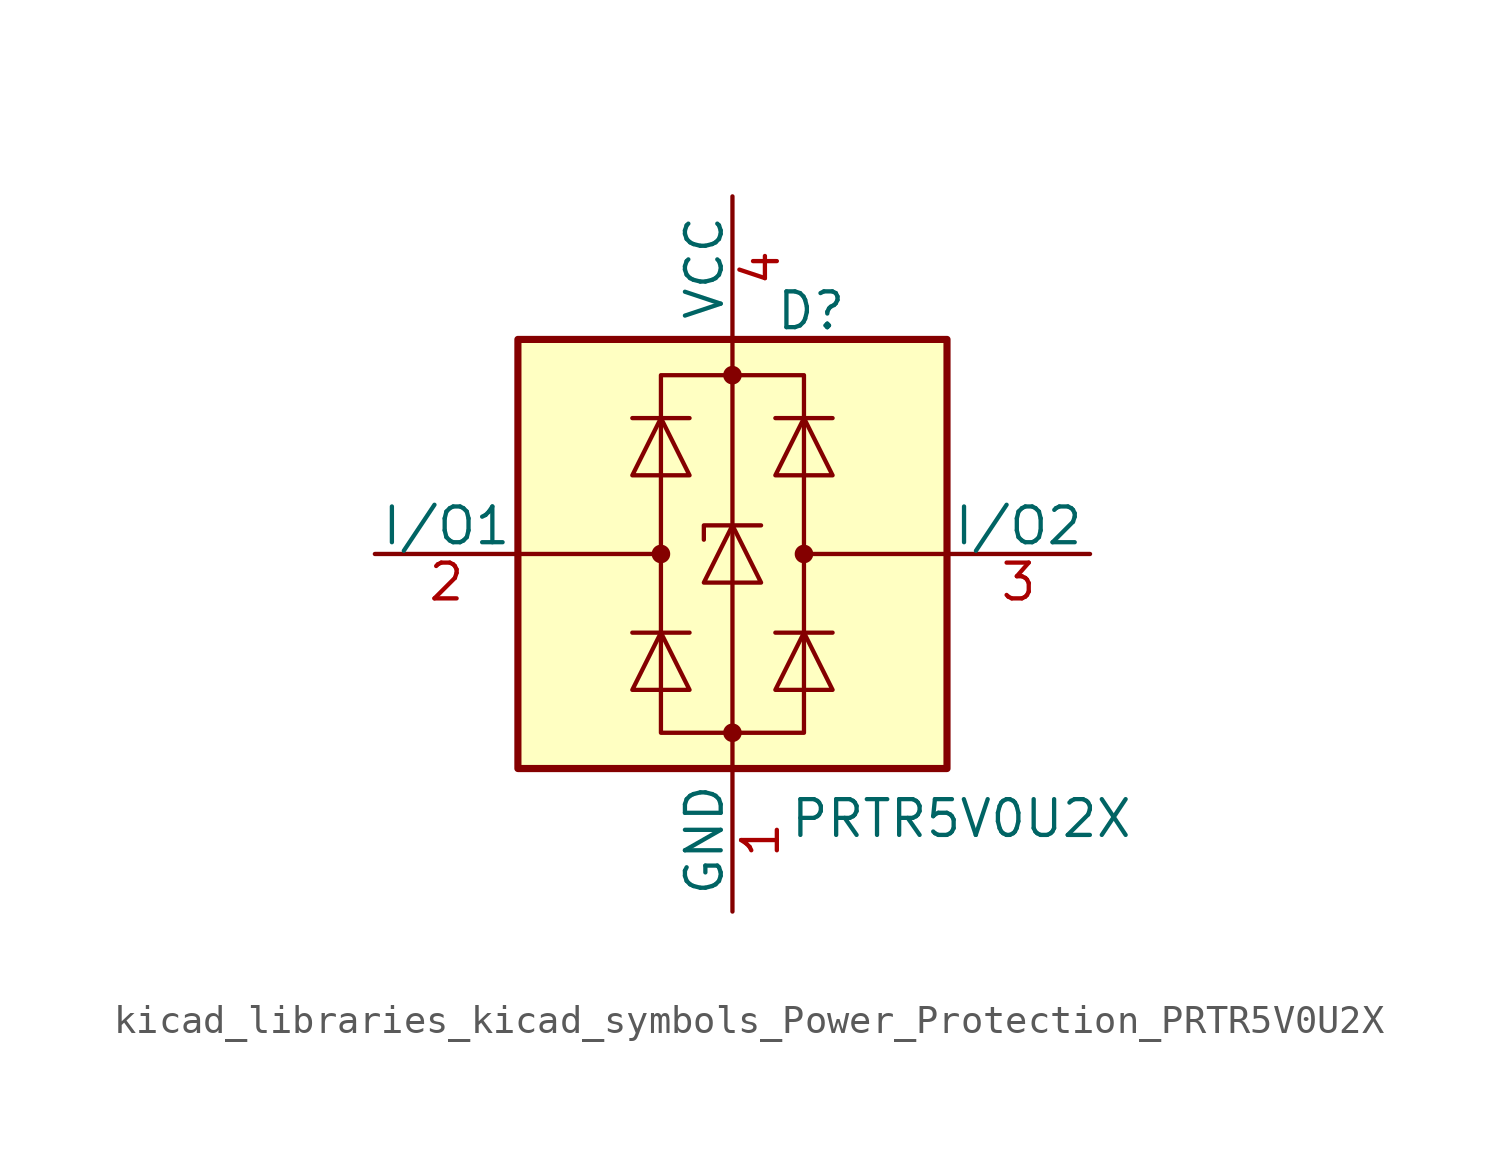
<source format=kicad_sym>
(kicad_symbol_lib
  (version 20220914)
  (generator kicad_symbol_editor)
  (symbol "kicad_libraries_kicad_symbols_Power_Protection_PRTR5V0U2X"
    (pin_names
      (offset 0))
    (property "Reference" "D"
      (at 2.794 8.636 0)
      (effects (font (size 1.27 1.27))))
    (property "Value" "PRTR5V0U2X"
      (at 8.128 -9.398 0)
      (effects (font (size 1.27 1.27))))
    (symbol "kicad_libraries_kicad_symbols_Power_Protection_PRTR5V0U2X_0_1"
      (rectangle (start -7.62 -7.62) (end 7.62 7.62) (stroke (width 0.254) (type default)) (fill (type background)))
      (circle (center -2.54 0) (radius 0.254) (stroke (width 0) (type default)) (fill (type outline)))
      (rectangle (start -2.54 6.35) (end 2.54 -6.35) (stroke (width 0) (type default)) (fill (type none)))
      (circle (center 0 -6.35) (radius 0.254) (stroke (width 0) (type default)) (fill (type outline)))
      (polyline (pts (xy -2.54 0) (xy -7.62 0)) (stroke (width 0) (type default)) (fill (type none)))
      (polyline (pts (xy -1.524 -2.794) (xy -3.556 -2.794)) (stroke (width 0) (type default)) (fill (type none)))
      (polyline (pts (xy -1.524 4.826) (xy -3.556 4.826)) (stroke (width 0) (type default)) (fill (type none)))
      (polyline (pts (xy 0 -7.62) (xy 0 7.62)) (stroke (width 0) (type default)) (fill (type none)))
      (polyline (pts (xy 1.524 -2.794) (xy 3.556 -2.794)) (stroke (width 0) (type default)) (fill (type none)))
      (polyline (pts (xy 1.524 4.826) (xy 3.556 4.826)) (stroke (width 0) (type default)) (fill (type none)))
      (polyline (pts (xy 2.54 0) (xy 7.62 0)) (stroke (width 0) (type default)) (fill (type none)))
      (polyline (pts (xy 1.016 1.016) (xy -1.016 1.016) (xy -1.016 0.508)) (stroke (width 0) (type default)) (fill (type none)))
      (polyline (pts (xy -3.556 -4.826) (xy -1.524 -4.826) (xy -2.54 -2.794) (xy -3.556 -4.826)) (stroke (width 0) (type default)) (fill (type none)))
      (polyline (pts (xy -3.556 2.794) (xy -1.524 2.794) (xy -2.54 4.826) (xy -3.556 2.794)) (stroke (width 0) (type default)) (fill (type none)))
      (polyline (pts (xy -1.016 -1.016) (xy 1.016 -1.016) (xy 0 1.016) (xy -1.016 -1.016)) (stroke (width 0) (type default)) (fill (type none)))
      (polyline (pts (xy 3.556 -4.826) (xy 1.524 -4.826) (xy 2.54 -2.794) (xy 3.556 -4.826)) (stroke (width 0) (type default)) (fill (type none)))
      (polyline (pts (xy 3.556 2.794) (xy 1.524 2.794) (xy 2.54 4.826) (xy 3.556 2.794)) (stroke (width 0) (type default)) (fill (type none)))
      (circle (center 0 6.35) (radius 0.254) (stroke (width 0) (type default)) (fill (type outline)))
      (circle (center 2.54 0) (radius 0.254) (stroke (width 0) (type default)) (fill (type outline))))
    (symbol "kicad_libraries_kicad_symbols_Power_Protection_PRTR5V0U2X_1_1"
      (pin passive line (at 0 -12.7 90) (length 5.08) (name "GND" (effects (font (size 1.27 1.27)))) (number "1" (effects (font (size 1.27 1.27)))))
      (pin passive line (at -12.7 0 0) (length 5.08) (name "I/O1" (effects (font (size 1.27 1.27)))) (number "2" (effects (font (size 1.27 1.27)))))
      (pin passive line (at 12.7 0 180) (length 5.08) (name "I/O2" (effects (font (size 1.27 1.27)))) (number "3" (effects (font (size 1.27 1.27)))))
      (pin passive line (at 0 12.7 270) (length 5.08) (name "VCC" (effects (font (size 1.27 1.27)))) (number "4" (effects (font (size 1.27 1.27))))))))
</source>
